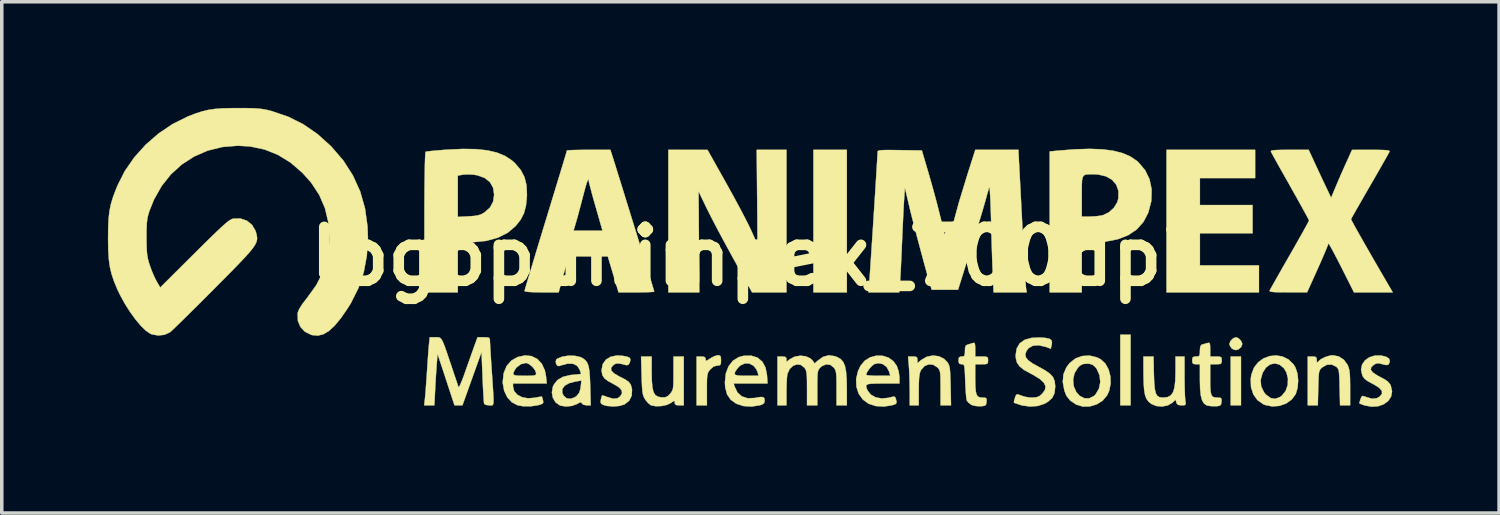
<source format=kicad_pcb>
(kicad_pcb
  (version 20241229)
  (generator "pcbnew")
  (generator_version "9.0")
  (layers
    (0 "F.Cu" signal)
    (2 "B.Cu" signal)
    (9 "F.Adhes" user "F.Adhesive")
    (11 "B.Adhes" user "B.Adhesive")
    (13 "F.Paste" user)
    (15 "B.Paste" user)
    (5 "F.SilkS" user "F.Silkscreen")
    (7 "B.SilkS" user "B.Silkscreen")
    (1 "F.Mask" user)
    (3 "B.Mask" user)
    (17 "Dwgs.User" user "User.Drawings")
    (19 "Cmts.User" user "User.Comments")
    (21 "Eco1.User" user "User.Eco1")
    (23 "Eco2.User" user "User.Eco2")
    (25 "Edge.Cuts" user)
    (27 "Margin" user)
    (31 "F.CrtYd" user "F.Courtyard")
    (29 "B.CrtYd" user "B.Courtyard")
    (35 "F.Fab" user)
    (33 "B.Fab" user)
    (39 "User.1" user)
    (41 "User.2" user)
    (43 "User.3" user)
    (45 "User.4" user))
  (footprint "logopanimpex_700dpi"
    (layer "F.Cu")
    (at 18.125 4.196)
    (property "Reference" "logopanimpex_700dpi" (at 0 0 0) (layer "F.SilkS") (effects (font (size 1.524 1.524) (thickness 0.3))))
    (attr through_hole)
    (fp_poly (pts (xy 2.758 1.016) (xy 1.814 1.016) (xy 1.814 -3.012) (xy 2.758 -3.012) (xy 2.758 1.016)) (stroke (width 0.01) (type solid)) (fill yes) (layer "F.SilkS"))
    (fp_poly (pts (xy 10.777 4.209) (xy 10.487 4.209) (xy 10.487 2.213) (xy 10.777 2.213) (xy 10.777 4.209)) (stroke (width 0.01) (type solid)) (fill yes) (layer "F.SilkS"))
    (fp_poly (pts (xy 13.897 4.209) (xy 13.607 4.209) (xy 13.607 2.83) (xy 13.897 2.83) (xy 13.897 4.209)) (stroke (width 0.01) (type solid)) (fill yes) (layer "F.SilkS"))
    (fp_poly (pts (xy 14.297 -2.213) (xy 12.736 -2.213) (xy 12.736 -1.451) (xy 14.224 -1.451) (xy 14.224 -0.653) (xy 12.736 -0.653) (xy 12.736 0.254) (xy 14.405 0.254) (xy 14.405 1.016) (xy 11.793 1.016) (xy 11.793 -3.012) (xy 14.297 -3.012) (xy 14.297 -2.213)) (stroke (width 0.01) (type solid)) (fill yes) (layer "F.SilkS"))
    (fp_poly (pts (xy 13.831 2.316) (xy 13.898 2.385) (xy 13.933 2.466) (xy 13.934 2.477) (xy 13.903 2.56) (xy 13.829 2.626) (xy 13.752 2.649) (xy 13.672 2.624) (xy 13.628 2.592) (xy 13.581 2.518) (xy 13.571 2.47) (xy 13.601 2.391) (xy 13.671 2.32) (xy 13.753 2.286) (xy 13.759 2.286) (xy 13.831 2.316)) (stroke (width 0.01) (type solid)) (fill yes) (layer "F.SilkS"))
    (fp_poly (pts (xy -0.829 2.803) (xy -0.804 2.843) (xy -0.798 2.934) (xy -0.798 2.939) (xy -0.803 3.032) (xy -0.826 3.074) (xy -0.883 3.084) (xy -0.904 3.084) (xy -1.012 3.114) (xy -1.103 3.196) (xy -1.143 3.246) (xy -1.169 3.297) (xy -1.185 3.362) (xy -1.194 3.458) (xy -1.197 3.6) (xy -1.197 3.758) (xy -1.197 4.209) (xy -1.488 4.209) (xy -1.488 2.83) (xy -1.361 2.83) (xy -1.273 2.839) (xy -1.238 2.87) (xy -1.234 2.902) (xy -1.229 2.943) (xy -1.205 2.948) (xy -1.146 2.913) (xy -1.102 2.884) (xy -1 2.827) (xy -0.906 2.796) (xy -0.884 2.794) (xy -0.829 2.803)) (stroke (width 0.01) (type solid)) (fill yes) (layer "F.SilkS"))
    (fp_poly (pts (xy 1.052 1.016) (xy 0.079 1.016) (xy -0.453 0.054) (xy -0.6 -0.215) (xy -0.749 -0.489) (xy -0.891 -0.755) (xy -1.019 -0.999) (xy -1.126 -1.208) (xy -1.206 -1.367) (xy -1.209 -1.374) (xy -1.433 -1.84) (xy -1.411 1.016) (xy -2.286 1.016) (xy -2.286 -3.012) (xy -1.733 -3.011) (xy -1.179 -3.01) (xy -0.645 -2.058) (xy -0.5 -1.797) (xy -0.357 -1.535) (xy -0.224 -1.286) (xy -0.107 -1.061) (xy -0.012 -0.874) (xy 0.054 -0.736) (xy 0.058 -0.726) (xy 0.126 -0.575) (xy 0.181 -0.451) (xy 0.218 -0.368) (xy 0.232 -0.339) (xy 0.233 -0.372) (xy 0.232 -0.47) (xy 0.232 -0.625) (xy 0.23 -0.829) (xy 0.229 -1.073) (xy 0.226 -1.35) (xy 0.224 -1.652) (xy 0.223 -1.672) (xy 0.211 -3.012) (xy 1.052 -3.012) (xy 1.052 1.016)) (stroke (width 0.01) (type solid)) (fill yes) (layer "F.SilkS"))
    (fp_poly (pts (xy 11.436 3.335) (xy 11.445 3.571) (xy 11.461 3.744) (xy 11.488 3.863) (xy 11.529 3.938) (xy 11.588 3.977) (xy 11.669 3.991) (xy 11.692 3.991) (xy 11.817 3.978) (xy 11.91 3.931) (xy 11.976 3.843) (xy 12.018 3.707) (xy 12.04 3.515) (xy 12.047 3.268) (xy 12.047 2.83) (xy 12.301 2.83) (xy 12.301 3.384) (xy 12.303 3.589) (xy 12.307 3.779) (xy 12.313 3.937) (xy 12.321 4.046) (xy 12.324 4.073) (xy 12.335 4.162) (xy 12.318 4.2) (xy 12.256 4.209) (xy 12.219 4.209) (xy 12.126 4.199) (xy 12.081 4.159) (xy 12.071 4.129) (xy 12.05 4.049) (xy 11.958 4.135) (xy 11.83 4.211) (xy 11.669 4.242) (xy 11.504 4.228) (xy 11.36 4.167) (xy 11.283 4.103) (xy 11.225 4.023) (xy 11.186 3.918) (xy 11.161 3.775) (xy 11.147 3.582) (xy 11.142 3.329) (xy 11.14 2.83) (xy 11.425 2.83) (xy 11.436 3.335)) (stroke (width 0.01) (type solid)) (fill yes) (layer "F.SilkS"))
    (fp_poly (pts (xy 16.662 2.828) (xy 16.807 2.924) (xy 16.908 3.063) (xy 16.938 3.136) (xy 16.959 3.217) (xy 16.973 3.319) (xy 16.979 3.46) (xy 16.982 3.653) (xy 16.982 3.713) (xy 16.982 4.209) (xy 16.697 4.209) (xy 16.685 3.698) (xy 16.68 3.495) (xy 16.673 3.352) (xy 16.664 3.256) (xy 16.649 3.194) (xy 16.626 3.154) (xy 16.594 3.122) (xy 16.588 3.117) (xy 16.461 3.057) (xy 16.324 3.063) (xy 16.195 3.135) (xy 16.154 3.173) (xy 16.125 3.211) (xy 16.107 3.264) (xy 16.095 3.345) (xy 16.088 3.467) (xy 16.083 3.644) (xy 16.081 3.716) (xy 16.069 4.209) (xy 15.784 4.209) (xy 15.784 2.83) (xy 15.911 2.83) (xy 15.997 2.837) (xy 16.032 2.867) (xy 16.038 2.928) (xy 16.042 2.992) (xy 16.061 2.993) (xy 16.084 2.965) (xy 16.16 2.903) (xy 16.278 2.845) (xy 16.407 2.805) (xy 16.494 2.794) (xy 16.662 2.828)) (stroke (width 0.01) (type solid)) (fill yes) (layer "F.SilkS"))
    (fp_poly (pts (xy -2.758 3.275) (xy -2.753 3.521) (xy -2.737 3.704) (xy -2.706 3.833) (xy -2.656 3.917) (xy -2.584 3.964) (xy -2.487 3.984) (xy -2.481 3.984) (xy -2.375 3.983) (xy -2.302 3.949) (xy -2.236 3.882) (xy -2.197 3.832) (xy -2.17 3.783) (xy -2.154 3.719) (xy -2.145 3.627) (xy -2.142 3.491) (xy -2.141 3.299) (xy -2.141 2.83) (xy -1.851 2.83) (xy -1.851 4.209) (xy -1.978 4.209) (xy -2.065 4.201) (xy -2.1 4.17) (xy -2.105 4.135) (xy -2.108 4.09) (xy -2.129 4.085) (xy -2.187 4.122) (xy -2.212 4.141) (xy -2.329 4.197) (xy -2.48 4.229) (xy -2.636 4.235) (xy -2.764 4.212) (xy -2.786 4.203) (xy -2.858 4.145) (xy -2.933 4.055) (xy -2.947 4.033) (xy -2.979 3.974) (xy -3.002 3.908) (xy -3.018 3.821) (xy -3.029 3.698) (xy -3.037 3.526) (xy -3.042 3.367) (xy -3.057 2.83) (xy -2.758 2.83) (xy -2.758 3.275)) (stroke (width 0.01) (type solid)) (fill yes) (layer "F.SilkS"))
    (fp_poly (pts (xy 5.358 2.823) (xy 5.507 2.895) (xy 5.595 2.985) (xy 5.628 3.036) (xy 5.651 3.091) (xy 5.667 3.164) (xy 5.677 3.268) (xy 5.684 3.416) (xy 5.69 3.622) (xy 5.69 3.656) (xy 5.702 4.209) (xy 5.407 4.209) (xy 5.407 3.718) (xy 5.406 3.519) (xy 5.403 3.38) (xy 5.395 3.286) (xy 5.38 3.224) (xy 5.357 3.181) (xy 5.322 3.142) (xy 5.318 3.137) (xy 5.199 3.062) (xy 5.071 3.051) (xy 4.95 3.102) (xy 4.854 3.212) (xy 4.845 3.229) (xy 4.818 3.307) (xy 4.801 3.425) (xy 4.792 3.596) (xy 4.79 3.772) (xy 4.79 4.209) (xy 4.536 4.209) (xy 4.536 3.797) (xy 4.533 3.595) (xy 4.527 3.385) (xy 4.519 3.198) (xy 4.512 3.108) (xy 4.489 2.83) (xy 4.621 2.83) (xy 4.709 2.836) (xy 4.746 2.864) (xy 4.753 2.924) (xy 4.753 3.018) (xy 4.863 2.926) (xy 5.018 2.836) (xy 5.189 2.802) (xy 5.358 2.823)) (stroke (width 0.01) (type solid)) (fill yes) (layer "F.SilkS"))
    (fp_poly (pts (xy 15.074 2.831) (xy 15.24 2.913) (xy 15.38 3.048) (xy 15.436 3.139) (xy 15.492 3.306) (xy 15.513 3.506) (xy 15.498 3.709) (xy 15.447 3.883) (xy 15.442 3.895) (xy 15.329 4.047) (xy 15.17 4.159) (xy 14.981 4.225) (xy 14.778 4.24) (xy 14.579 4.199) (xy 14.529 4.178) (xy 14.364 4.063) (xy 14.247 3.9) (xy 14.181 3.699) (xy 14.173 3.489) (xy 14.453 3.489) (xy 14.468 3.676) (xy 14.55 3.844) (xy 14.605 3.908) (xy 14.735 4.003) (xy 14.866 4.026) (xy 14.998 3.976) (xy 15.055 3.934) (xy 15.16 3.802) (xy 15.218 3.634) (xy 15.225 3.453) (xy 15.182 3.279) (xy 15.109 3.158) (xy 14.986 3.058) (xy 14.853 3.024) (xy 14.72 3.054) (xy 14.601 3.144) (xy 14.508 3.291) (xy 14.453 3.489) (xy 14.173 3.489) (xy 14.172 3.47) (xy 14.191 3.342) (xy 14.263 3.147) (xy 14.381 2.994) (xy 14.534 2.883) (xy 14.708 2.818) (xy 14.892 2.799) (xy 15.074 2.831)) (stroke (width 0.01) (type solid)) (fill yes) (layer "F.SilkS"))
    (fp_poly (pts (xy 9.823 2.853) (xy 9.933 2.908) (xy 10.064 3.029) (xy 10.156 3.196) (xy 10.207 3.392) (xy 10.213 3.6) (xy 10.171 3.802) (xy 10.114 3.927) (xy 9.988 4.076) (xy 9.819 4.182) (xy 9.627 4.24) (xy 9.429 4.245) (xy 9.245 4.19) (xy 9.235 4.185) (xy 9.074 4.077) (xy 8.967 3.944) (xy 8.907 3.796) (xy 8.861 3.549) (xy 8.867 3.482) (xy 9.153 3.482) (xy 9.169 3.664) (xy 9.24 3.83) (xy 9.335 3.939) (xy 9.467 4.009) (xy 9.607 4.012) (xy 9.737 3.949) (xy 9.787 3.901) (xy 9.883 3.738) (xy 9.921 3.552) (xy 9.901 3.361) (xy 9.823 3.185) (xy 9.782 3.131) (xy 9.703 3.062) (xy 9.608 3.034) (xy 9.543 3.032) (xy 9.428 3.043) (xy 9.344 3.09) (xy 9.288 3.146) (xy 9.192 3.303) (xy 9.153 3.482) (xy 8.867 3.482) (xy 8.88 3.331) (xy 8.964 3.134) (xy 9.056 3.014) (xy 9.217 2.886) (xy 9.409 2.816) (xy 9.617 2.804) (xy 9.823 2.853)) (stroke (width 0.01) (type solid)) (fill yes) (layer "F.SilkS"))
    (fp_poly (pts (xy 0.235 2.862) (xy 0.371 2.977) (xy 0.461 3.145) (xy 0.502 3.361) (xy 0.516 3.592) (xy -0.44 3.592) (xy -0.416 3.674) (xy -0.334 3.844) (xy -0.21 3.957) (xy -0.045 4.01) (xy 0.156 4.002) (xy 0.177 3.997) (xy 0.311 3.974) (xy 0.389 3.977) (xy 0.426 4.01) (xy 0.435 4.078) (xy 0.435 4.083) (xy 0.42 4.146) (xy 0.362 4.187) (xy 0.299 4.207) (xy 0.065 4.244) (xy -0.165 4.229) (xy -0.364 4.164) (xy -0.523 4.052) (xy -0.626 3.901) (xy -0.679 3.704) (xy -0.688 3.556) (xy -0.661 3.309) (xy -0.661 3.307) (xy -0.417 3.307) (xy -0.396 3.347) (xy -0.318 3.367) (xy -0.178 3.374) (xy -0.083 3.375) (xy 0.262 3.375) (xy 0.238 3.275) (xy 0.195 3.181) (xy 0.121 3.091) (xy 0.119 3.09) (xy 0.000343 3.027) (xy -0.131 3.027) (xy -0.256 3.086) (xy -0.315 3.144) (xy -0.388 3.242) (xy -0.417 3.307) (xy -0.661 3.307) (xy -0.584 3.105) (xy -0.461 2.948) (xy -0.296 2.846) (xy -0.16 2.81) (xy 0.057 2.806) (xy 0.235 2.862)) (stroke (width 0.01) (type solid)) (fill yes) (layer "F.SilkS"))
    (fp_poly (pts (xy 9.98 -3.026) (xy 10.288 -2.986) (xy 10.55 -2.919) (xy 10.77 -2.824) (xy 10.953 -2.7) (xy 11 -2.658) (xy 11.189 -2.435) (xy 11.313 -2.179) (xy 11.372 -1.895) (xy 11.364 -1.588) (xy 11.358 -1.543) (xy 11.277 -1.235) (xy 11.142 -0.976) (xy 10.953 -0.763) (xy 10.71 -0.599) (xy 10.413 -0.484) (xy 10.065 -0.417) (xy 9.734 -0.4) (xy 9.398 -0.399) (xy 9.398 1.016) (xy 8.491 1.016) (xy 8.491 -1.831) (xy 9.398 -1.831) (xy 9.398 -1.701) (xy 9.398 -1.125) (xy 9.625 -1.125) (xy 9.775 -1.132) (xy 9.919 -1.149) (xy 9.996 -1.165) (xy 10.164 -1.245) (xy 10.305 -1.373) (xy 10.402 -1.532) (xy 10.432 -1.641) (xy 10.434 -1.85) (xy 10.372 -2.026) (xy 10.254 -2.165) (xy 10.082 -2.263) (xy 9.861 -2.314) (xy 9.725 -2.322) (xy 9.606 -2.321) (xy 9.52 -2.315) (xy 9.462 -2.292) (xy 9.426 -2.242) (xy 9.406 -2.155) (xy 9.399 -2.022) (xy 9.398 -1.831) (xy 8.491 -1.831) (xy 8.491 -2.965) (xy 8.718 -2.988) (xy 9.2 -3.026) (xy 9.619 -3.039) (xy 9.98 -3.026)) (stroke (width 0.01) (type solid)) (fill yes) (layer "F.SilkS"))
    (fp_poly (pts (xy 13.016 2.46) (xy 13.025 2.523) (xy 13.027 2.628) (xy 13.027 2.83) (xy 13.19 2.83) (xy 13.29 2.833) (xy 13.338 2.852) (xy 13.352 2.898) (xy 13.353 2.939) (xy 13.348 3.006) (xy 13.321 3.038) (xy 13.251 3.047) (xy 13.19 3.048) (xy 13.027 3.048) (xy 13.027 3.476) (xy 13.029 3.679) (xy 13.038 3.821) (xy 13.059 3.912) (xy 13.096 3.964) (xy 13.154 3.986) (xy 13.236 3.991) (xy 13.318 3.997) (xy 13.348 4.028) (xy 13.347 4.107) (xy 13.346 4.109) (xy 13.334 4.182) (xy 13.302 4.218) (xy 13.23 4.232) (xy 13.172 4.235) (xy 13.051 4.232) (xy 12.948 4.216) (xy 12.925 4.208) (xy 12.851 4.157) (xy 12.798 4.067) (xy 12.762 3.93) (xy 12.742 3.738) (xy 12.736 3.485) (xy 12.736 3.048) (xy 12.627 3.048) (xy 12.55 3.039) (xy 12.522 2.997) (xy 12.519 2.939) (xy 12.528 2.862) (xy 12.57 2.834) (xy 12.627 2.83) (xy 12.695 2.825) (xy 12.726 2.798) (xy 12.736 2.727) (xy 12.736 2.669) (xy 12.744 2.56) (xy 12.772 2.505) (xy 12.8 2.491) (xy 12.887 2.466) (xy 12.945 2.45) (xy 12.991 2.441) (xy 13.016 2.46)) (stroke (width 0.01) (type solid)) (fill yes) (layer "F.SilkS"))
    (fp_poly (pts (xy 17.992 2.834) (xy 18.083 2.89) (xy 18.105 2.968) (xy 18.075 3.042) (xy 18.041 3.069) (xy 17.98 3.068) (xy 17.896 3.046) (xy 17.792 3.021) (xy 17.72 3.027) (xy 17.652 3.063) (xy 17.577 3.133) (xy 17.567 3.205) (xy 17.624 3.281) (xy 17.75 3.365) (xy 17.829 3.407) (xy 17.969 3.482) (xy 18.057 3.547) (xy 18.112 3.616) (xy 18.132 3.658) (xy 18.167 3.818) (xy 18.139 3.963) (xy 18.059 4.085) (xy 17.935 4.177) (xy 17.777 4.234) (xy 17.594 4.248) (xy 17.396 4.212) (xy 17.363 4.201) (xy 17.285 4.173) (xy 17.245 4.156) (xy 17.245 4.156) (xy 17.249 4.12) (xy 17.272 4.045) (xy 17.274 4.037) (xy 17.304 3.964) (xy 17.339 3.943) (xy 17.406 3.964) (xy 17.437 3.976) (xy 17.602 4.023) (xy 17.736 4.009) (xy 17.818 3.961) (xy 17.882 3.882) (xy 17.879 3.8) (xy 17.805 3.715) (xy 17.662 3.623) (xy 17.616 3.6) (xy 17.478 3.525) (xy 17.391 3.459) (xy 17.338 3.386) (xy 17.324 3.355) (xy 17.291 3.199) (xy 17.32 3.058) (xy 17.401 2.94) (xy 17.524 2.852) (xy 17.679 2.804) (xy 17.855 2.801) (xy 17.992 2.834)) (stroke (width 0.01) (type solid)) (fill yes) (layer "F.SilkS"))
    (fp_poly (pts (xy -3.587 2.809) (xy -3.452 2.834) (xy -3.378 2.867) (xy -3.356 2.915) (xy -3.373 2.989) (xy -3.374 2.992) (xy -3.413 3.062) (xy -3.467 3.075) (xy -3.493 3.069) (xy -3.632 3.034) (xy -3.724 3.024) (xy -3.79 3.039) (xy -3.843 3.074) (xy -3.905 3.149) (xy -3.9 3.224) (xy -3.828 3.302) (xy -3.686 3.386) (xy -3.654 3.402) (xy -3.503 3.48) (xy -3.406 3.548) (xy -3.35 3.623) (xy -3.321 3.717) (xy -3.313 3.766) (xy -3.322 3.937) (xy -3.394 4.079) (xy -3.523 4.181) (xy -3.533 4.186) (xy -3.677 4.228) (xy -3.853 4.241) (xy -4.027 4.225) (xy -4.113 4.202) (xy -4.184 4.166) (xy -4.203 4.113) (xy -4.194 4.053) (xy -4.175 3.972) (xy -4.16 3.93) (xy -4.16 3.93) (xy -4.122 3.935) (xy -4.043 3.962) (xy -4.016 3.973) (xy -3.854 4.021) (xy -3.73 4.013) (xy -3.649 3.958) (xy -3.596 3.868) (xy -3.606 3.783) (xy -3.684 3.699) (xy -3.831 3.61) (xy -3.839 3.606) (xy -3.996 3.52) (xy -4.095 3.443) (xy -4.149 3.359) (xy -4.17 3.255) (xy -4.172 3.207) (xy -4.141 3.046) (xy -4.054 2.921) (xy -3.917 2.837) (xy -3.742 2.801) (xy -3.587 2.809)) (stroke (width 0.01) (type solid)) (fill yes) (layer "F.SilkS"))
    (fp_poly (pts (xy -6.152 2.818) (xy -5.99 2.899) (xy -5.862 3.036) (xy -5.776 3.225) (xy -5.744 3.391) (xy -5.723 3.592) (xy -6.677 3.592) (xy -6.677 3.678) (xy -6.644 3.808) (xy -6.554 3.911) (xy -6.419 3.981) (xy -6.251 4.011) (xy -6.063 3.996) (xy -6.06 3.995) (xy -5.952 3.974) (xy -5.879 3.963) (xy -5.86 3.963) (xy -5.847 4.002) (xy -5.829 4.069) (xy -5.821 4.129) (xy -5.846 4.165) (xy -5.918 4.192) (xy -5.967 4.205) (xy -6.174 4.237) (xy -6.384 4.236) (xy -6.546 4.208) (xy -6.709 4.123) (xy -6.838 3.983) (xy -6.926 3.799) (xy -6.965 3.586) (xy -6.966 3.538) (xy -6.942 3.326) (xy -6.669 3.326) (xy -6.635 3.357) (xy -6.549 3.371) (xy -6.402 3.374) (xy -6.35 3.375) (xy -6.195 3.373) (xy -6.099 3.368) (xy -6.047 3.355) (xy -6.027 3.331) (xy -6.023 3.299) (xy -6.052 3.218) (xy -6.122 3.128) (xy -6.211 3.051) (xy -6.295 3.013) (xy -6.309 3.012) (xy -6.454 3.046) (xy -6.576 3.138) (xy -6.616 3.193) (xy -6.66 3.274) (xy -6.669 3.326) (xy -6.942 3.326) (xy -6.938 3.295) (xy -6.855 3.095) (xy -6.72 2.943) (xy -6.549 2.846) (xy -6.34 2.799) (xy -6.152 2.818)) (stroke (width 0.01) (type solid)) (fill yes) (layer "F.SilkS"))
    (fp_poly (pts (xy 3.766 2.809) (xy 3.934 2.861) (xy 4.076 2.963) (xy 4.171 3.098) (xy 4.223 3.251) (xy 4.245 3.412) (xy 4.245 3.422) (xy 4.245 3.592) (xy 3.774 3.592) (xy 3.571 3.593) (xy 3.432 3.599) (xy 3.347 3.613) (xy 3.307 3.641) (xy 3.304 3.686) (xy 3.327 3.752) (xy 3.344 3.79) (xy 3.435 3.907) (xy 3.574 3.985) (xy 3.746 4.016) (xy 3.935 3.997) (xy 3.953 3.992) (xy 4.055 3.966) (xy 4.109 3.965) (xy 4.135 3.999) (xy 4.155 4.071) (xy 4.164 4.135) (xy 4.137 4.172) (xy 4.057 4.201) (xy 4.04 4.206) (xy 3.803 4.244) (xy 3.573 4.229) (xy 3.373 4.164) (xy 3.207 4.042) (xy 3.091 3.878) (xy 3.029 3.683) (xy 3.021 3.468) (xy 3.049 3.347) (xy 3.302 3.347) (xy 3.336 3.359) (xy 3.426 3.368) (xy 3.557 3.374) (xy 3.644 3.375) (xy 3.986 3.375) (xy 3.953 3.257) (xy 3.885 3.128) (xy 3.777 3.045) (xy 3.648 3.017) (xy 3.535 3.043) (xy 3.467 3.094) (xy 3.392 3.179) (xy 3.331 3.27) (xy 3.302 3.343) (xy 3.302 3.347) (xy 3.049 3.347) (xy 3.072 3.247) (xy 3.142 3.097) (xy 3.262 2.95) (xy 3.416 2.853) (xy 3.589 2.806) (xy 3.766 2.809)) (stroke (width 0.01) (type solid)) (fill yes) (layer "F.SilkS"))
    (fp_poly (pts (xy -7.718 -3.031) (xy -7.398 -2.996) (xy -7.128 -2.933) (xy -6.901 -2.839) (xy -6.71 -2.714) (xy -6.62 -2.633) (xy -6.459 -2.443) (xy -6.353 -2.243) (xy -6.296 -2.016) (xy -6.283 -1.747) (xy -6.285 -1.687) (xy -6.311 -1.43) (xy -6.366 -1.221) (xy -6.46 -1.038) (xy -6.601 -0.86) (xy -6.606 -0.855) (xy -6.828 -0.667) (xy -7.102 -0.529) (xy -7.428 -0.44) (xy -7.802 -0.401) (xy -7.912 -0.399) (xy -8.237 -0.399) (xy -8.237 1.016) (xy -9.18 1.016) (xy -9.18 -0.959) (xy -9.18 -1.373) (xy -9.178 -1.749) (xy -9.175 -2.084) (xy -9.172 -2.283) (xy -8.237 -2.283) (xy -8.237 -1.116) (xy -7.931 -1.132) (xy -7.765 -1.144) (xy -7.648 -1.165) (xy -7.555 -1.2) (xy -7.479 -1.245) (xy -7.326 -1.382) (xy -7.238 -1.55) (xy -7.21 -1.742) (xy -7.238 -1.938) (xy -7.327 -2.097) (xy -7.474 -2.215) (xy -7.676 -2.29) (xy -7.793 -2.31) (xy -7.932 -2.318) (xy -8.064 -2.313) (xy -8.107 -2.307) (xy -8.237 -2.283) (xy -9.172 -2.283) (xy -9.171 -2.372) (xy -9.167 -2.607) (xy -9.161 -2.787) (xy -9.155 -2.904) (xy -9.148 -2.954) (xy -9.147 -2.956) (xy -9.101 -2.965) (xy -8.995 -2.978) (xy -8.844 -2.992) (xy -8.658 -3.008) (xy -8.529 -3.017) (xy -8.092 -3.037) (xy -7.718 -3.031)) (stroke (width 0.01) (type solid)) (fill yes) (layer "F.SilkS"))
    (fp_poly (pts (xy 6.379 2.48) (xy 6.386 2.568) (xy 6.386 2.627) (xy 6.386 2.83) (xy 6.568 2.83) (xy 6.675 2.833) (xy 6.729 2.847) (xy 6.747 2.885) (xy 6.749 2.939) (xy 6.745 3.004) (xy 6.721 3.036) (xy 6.657 3.047) (xy 6.568 3.048) (xy 6.386 3.048) (xy 6.386 3.45) (xy 6.389 3.66) (xy 6.401 3.809) (xy 6.424 3.906) (xy 6.464 3.962) (xy 6.524 3.987) (xy 6.589 3.991) (xy 6.674 3.996) (xy 6.707 4.025) (xy 6.707 4.097) (xy 6.706 4.109) (xy 6.694 4.182) (xy 6.662 4.218) (xy 6.589 4.232) (xy 6.531 4.236) (xy 6.405 4.229) (xy 6.294 4.202) (xy 6.273 4.192) (xy 6.194 4.132) (xy 6.149 4.074) (xy 6.138 4.015) (xy 6.125 3.899) (xy 6.114 3.742) (xy 6.106 3.56) (xy 6.104 3.529) (xy 6.097 3.334) (xy 6.09 3.201) (xy 6.08 3.117) (xy 6.066 3.072) (xy 6.044 3.052) (xy 6.012 3.048) (xy 6.001 3.048) (xy 5.939 3.035) (xy 5.916 2.983) (xy 5.915 2.939) (xy 5.924 2.861) (xy 5.966 2.833) (xy 6.005 2.83) (xy 6.062 2.823) (xy 6.088 2.789) (xy 6.096 2.708) (xy 6.096 2.671) (xy 6.101 2.569) (xy 6.125 2.516) (xy 6.178 2.491) (xy 6.183 2.49) (xy 6.276 2.463) (xy 6.328 2.446) (xy 6.362 2.444) (xy 6.379 2.48)) (stroke (width 0.01) (type solid)) (fill yes) (layer "F.SilkS"))
    (fp_poly (pts (xy 8.378 2.305) (xy 8.486 2.329) (xy 8.542 2.371) (xy 8.555 2.438) (xy 8.547 2.498) (xy 8.522 2.608) (xy 8.375 2.556) (xy 8.18 2.511) (xy 8.017 2.524) (xy 7.894 2.594) (xy 7.835 2.672) (xy 7.802 2.766) (xy 7.817 2.852) (xy 7.884 2.936) (xy 8.01 3.027) (xy 8.177 3.119) (xy 8.369 3.225) (xy 8.502 3.32) (xy 8.586 3.415) (xy 8.631 3.523) (xy 8.646 3.656) (xy 8.646 3.689) (xy 8.627 3.866) (xy 8.562 4.001) (xy 8.44 4.109) (xy 8.345 4.164) (xy 8.154 4.227) (xy 7.934 4.243) (xy 7.714 4.213) (xy 7.638 4.19) (xy 7.547 4.158) (xy 7.49 4.139) (xy 7.483 4.137) (xy 7.481 4.107) (xy 7.496 4.04) (xy 7.52 3.965) (xy 7.544 3.912) (xy 7.548 3.907) (xy 7.595 3.901) (xy 7.675 3.928) (xy 7.687 3.934) (xy 7.791 3.968) (xy 7.925 3.989) (xy 7.984 3.991) (xy 8.108 3.984) (xy 8.192 3.955) (xy 8.271 3.89) (xy 8.276 3.885) (xy 8.356 3.777) (xy 8.374 3.673) (xy 8.326 3.57) (xy 8.212 3.464) (xy 8.028 3.351) (xy 7.948 3.309) (xy 7.762 3.206) (xy 7.638 3.106) (xy 7.564 2.998) (xy 7.533 2.868) (xy 7.529 2.794) (xy 7.558 2.604) (xy 7.643 2.458) (xy 7.785 2.357) (xy 7.982 2.303) (xy 8.208 2.293) (xy 8.378 2.305)) (stroke (width 0.01) (type solid)) (fill yes) (layer "F.SilkS"))
    (fp_poly (pts (xy -4.931 2.81) (xy -4.77 2.846) (xy -4.7 2.881) (xy -4.631 2.935) (xy -4.58 3.002) (xy -4.544 3.093) (xy -4.52 3.22) (xy -4.505 3.395) (xy -4.495 3.628) (xy -4.494 3.674) (xy -4.48 4.209) (xy -4.595 4.209) (xy -4.688 4.192) (xy -4.73 4.155) (xy -4.753 4.124) (xy -4.797 4.132) (xy -4.87 4.173) (xy -5.013 4.226) (xy -5.181 4.242) (xy -5.335 4.218) (xy -5.352 4.211) (xy -5.473 4.126) (xy -5.55 3.997) (xy -5.576 3.856) (xy -5.285 3.856) (xy -5.248 3.934) (xy -5.161 4.01) (xy -5.049 4.025) (xy -4.927 3.981) (xy -4.879 3.945) (xy -4.808 3.858) (xy -4.77 3.738) (xy -4.763 3.685) (xy -4.743 3.509) (xy -4.901 3.534) (xy -5.088 3.582) (xy -5.217 3.655) (xy -5.284 3.748) (xy -5.285 3.856) (xy -5.576 3.856) (xy -5.578 3.844) (xy -5.55 3.684) (xy -5.526 3.63) (xy -5.421 3.495) (xy -5.266 3.404) (xy -5.056 3.354) (xy -4.988 3.347) (xy -4.868 3.336) (xy -4.784 3.327) (xy -4.753 3.321) (xy -4.764 3.285) (xy -4.79 3.209) (xy -4.792 3.202) (xy -4.864 3.091) (xy -4.981 3.034) (xy -5.14 3.032) (xy -5.335 3.084) (xy -5.375 3.1) (xy -5.424 3.091) (xy -5.458 3.038) (xy -5.469 2.967) (xy -5.448 2.908) (xy -5.436 2.897) (xy -5.291 2.836) (xy -5.114 2.806) (xy -4.931 2.81)) (stroke (width 0.01) (type solid)) (fill yes) (layer "F.SilkS"))
    (fp_poly (pts (xy 2.411 2.819) (xy 2.488 2.847) (xy 2.583 2.901) (xy 2.654 2.981) (xy 2.704 3.094) (xy 2.735 3.252) (xy 2.752 3.463) (xy 2.757 3.71) (xy 2.758 4.209) (xy 2.467 4.209) (xy 2.467 3.724) (xy 2.466 3.524) (xy 2.462 3.382) (xy 2.453 3.285) (xy 2.436 3.219) (xy 2.411 3.17) (xy 2.392 3.144) (xy 2.291 3.065) (xy 2.172 3.051) (xy 2.053 3.102) (xy 2.012 3.137) (xy 1.976 3.176) (xy 1.952 3.219) (xy 1.936 3.278) (xy 1.928 3.367) (xy 1.924 3.501) (xy 1.923 3.692) (xy 1.923 3.718) (xy 1.923 4.209) (xy 1.633 4.209) (xy 1.633 3.724) (xy 1.632 3.524) (xy 1.628 3.382) (xy 1.618 3.285) (xy 1.602 3.219) (xy 1.577 3.17) (xy 1.558 3.144) (xy 1.461 3.068) (xy 1.35 3.052) (xy 1.24 3.091) (xy 1.146 3.178) (xy 1.084 3.307) (xy 1.075 3.343) (xy 1.065 3.428) (xy 1.058 3.562) (xy 1.053 3.727) (xy 1.052 3.833) (xy 1.052 4.209) (xy 0.798 4.209) (xy 0.798 2.83) (xy 0.925 2.83) (xy 1.012 2.838) (xy 1.048 2.869) (xy 1.052 2.905) (xy 1.052 2.981) (xy 1.147 2.906) (xy 1.285 2.834) (xy 1.443 2.807) (xy 1.599 2.824) (xy 1.73 2.884) (xy 1.795 2.949) (xy 1.849 3.026) (xy 1.931 2.951) (xy 2.087 2.839) (xy 2.243 2.796) (xy 2.411 2.819)) (stroke (width 0.01) (type solid)) (fill yes) (layer "F.SilkS"))
    (fp_poly (pts (xy -8.768 2.29) (xy -8.73 2.307) (xy -8.696 2.346) (xy -8.659 2.414) (xy -8.616 2.519) (xy -8.562 2.669) (xy -8.493 2.874) (xy -8.422 3.084) (xy -8.358 3.277) (xy -8.3 3.448) (xy -8.254 3.584) (xy -8.225 3.672) (xy -8.216 3.698) (xy -8.198 3.685) (xy -8.163 3.615) (xy -8.114 3.497) (xy -8.056 3.343) (xy -8.041 3.299) (xy -7.97 3.097) (xy -7.896 2.889) (xy -7.829 2.7) (xy -7.781 2.567) (xy -7.679 2.286) (xy -7.504 2.286) (xy -7.399 2.289) (xy -7.348 2.305) (xy -7.331 2.345) (xy -7.329 2.386) (xy -7.326 2.451) (xy -7.319 2.576) (xy -7.309 2.749) (xy -7.296 2.958) (xy -7.28 3.189) (xy -7.275 3.266) (xy -7.256 3.553) (xy -7.241 3.775) (xy -7.231 3.941) (xy -7.227 4.059) (xy -7.229 4.137) (xy -7.239 4.183) (xy -7.257 4.205) (xy -7.283 4.212) (xy -7.318 4.21) (xy -7.349 4.209) (xy -7.438 4.198) (xy -7.49 4.169) (xy -7.493 4.164) (xy -7.499 4.115) (xy -7.507 4.005) (xy -7.517 3.847) (xy -7.527 3.652) (xy -7.536 3.433) (xy -7.537 3.411) (xy -7.566 2.703) (xy -7.836 3.456) (xy -8.106 4.209) (xy -8.33 4.209) (xy -8.569 3.482) (xy -8.809 2.755) (xy -8.831 3.019) (xy -8.841 3.164) (xy -8.854 3.355) (xy -8.866 3.565) (xy -8.876 3.747) (xy -8.9 4.209) (xy -9.187 4.209) (xy -9.167 4.037) (xy -9.157 3.941) (xy -9.145 3.79) (xy -9.131 3.6) (xy -9.116 3.389) (xy -9.108 3.266) (xy -9.094 3.048) (xy -9.079 2.84) (xy -9.066 2.66) (xy -9.055 2.525) (xy -9.05 2.477) (xy -9.03 2.286) (xy -8.87 2.286) (xy -8.813 2.286) (xy -8.768 2.29)) (stroke (width 0.01) (type solid)) (fill yes) (layer "F.SilkS"))
    (fp_poly (pts (xy -3.869 -2.839) (xy -3.836 -2.734) (xy -3.786 -2.576) (xy -3.723 -2.372) (xy -3.647 -2.131) (xy -3.563 -1.859) (xy -3.472 -1.564) (xy -3.376 -1.254) (xy -3.278 -0.937) (xy -3.18 -0.62) (xy -3.084 -0.311) (xy -2.994 -0.017) (xy -2.911 0.254) (xy -2.837 0.494) (xy -2.775 0.695) (xy -2.728 0.851) (xy -2.697 0.954) (xy -2.685 0.995) (xy -2.685 0.995) (xy -2.719 1.003) (xy -2.813 1.009) (xy -2.953 1.014) (xy -3.127 1.016) (xy -3.19 1.016) (xy -3.694 1.016) (xy -3.77 0.762) (xy -3.823 0.584) (xy -3.882 0.387) (xy -3.922 0.254) (xy -3.998 0) (xy -5.107 0) (xy -5.247 0.508) (xy -5.387 1.016) (xy -5.868 1.016) (xy -6.08 1.013) (xy -6.234 1.005) (xy -6.326 0.993) (xy -6.35 0.979) (xy -6.34 0.938) (xy -6.31 0.834) (xy -6.263 0.674) (xy -6.2 0.463) (xy -6.123 0.209) (xy -6.035 -0.084) (xy -5.937 -0.408) (xy -5.84 -0.726) (xy -4.966 -0.726) (xy -4.147 -0.726) (xy -4.341 -1.403) (xy -4.402 -1.616) (xy -4.454 -1.807) (xy -4.496 -1.965) (xy -4.525 -2.077) (xy -4.536 -2.133) (xy -4.536 -2.135) (xy -4.543 -2.179) (xy -4.564 -2.153) (xy -4.599 -2.059) (xy -4.646 -1.896) (xy -4.704 -1.677) (xy -4.756 -1.476) (xy -4.81 -1.274) (xy -4.858 -1.096) (xy -4.894 -0.971) (xy -4.966 -0.726) (xy -5.84 -0.726) (xy -5.831 -0.757) (xy -5.751 -1.016) (xy -5.641 -1.378) (xy -5.537 -1.719) (xy -5.441 -2.033) (xy -5.356 -2.313) (xy -5.283 -2.553) (xy -5.225 -2.747) (xy -5.182 -2.889) (xy -5.158 -2.973) (xy -5.153 -2.993) (xy -5.118 -2.999) (xy -5.023 -3.004) (xy -4.879 -3.008) (xy -4.698 -3.011) (xy -4.539 -3.012) (xy -3.925 -3.012) (xy -3.869 -2.839)) (stroke (width 0.01) (type solid)) (fill yes) (layer "F.SilkS"))
    (fp_poly (pts (xy 15.94 -2.731) (xy 16.011 -2.577) (xy 16.1 -2.386) (xy 16.194 -2.186) (xy 16.257 -2.053) (xy 16.445 -1.657) (xy 16.58 -1.981) (xy 16.658 -2.165) (xy 16.751 -2.378) (xy 16.843 -2.585) (xy 16.876 -2.657) (xy 17.036 -3.01) (xy 17.575 -3.011) (xy 17.789 -3.01) (xy 17.939 -3.006) (xy 18.035 -2.998) (xy 18.084 -2.986) (xy 18.097 -2.968) (xy 18.096 -2.964) (xy 18.074 -2.921) (xy 18.02 -2.824) (xy 17.939 -2.681) (xy 17.836 -2.5) (xy 17.715 -2.289) (xy 17.581 -2.057) (xy 17.546 -1.996) (xy 17.41 -1.761) (xy 17.287 -1.547) (xy 17.181 -1.362) (xy 17.096 -1.213) (xy 17.037 -1.109) (xy 17.009 -1.057) (xy 17.007 -1.053) (xy 17.023 -1.017) (xy 17.072 -0.926) (xy 17.149 -0.785) (xy 17.253 -0.601) (xy 17.377 -0.382) (xy 17.519 -0.134) (xy 17.675 0.137) (xy 17.841 0.424) (xy 18.013 0.719) (xy 18.117 0.898) (xy 18.186 1.016) (xy 17.091 1.016) (xy 16.73 0.299) (xy 16.626 0.095) (xy 16.533 -0.082) (xy 16.457 -0.223) (xy 16.401 -0.32) (xy 16.371 -0.365) (xy 16.367 -0.365) (xy 16.352 -0.317) (xy 16.311 -0.214) (xy 16.249 -0.067) (xy 16.171 0.114) (xy 16.081 0.317) (xy 16.066 0.351) (xy 15.766 1.015) (xy 15.227 1.015) (xy 15.01 1.014) (xy 14.858 1.01) (xy 14.762 1.001) (xy 14.714 0.988) (xy 14.706 0.971) (xy 14.727 0.929) (xy 14.781 0.832) (xy 14.862 0.689) (xy 14.965 0.507) (xy 15.085 0.295) (xy 15.22 0.061) (xy 15.272 -0.03) (xy 15.409 -0.27) (xy 15.533 -0.489) (xy 15.641 -0.68) (xy 15.727 -0.836) (xy 15.788 -0.947) (xy 15.818 -1.007) (xy 15.821 -1.014) (xy 15.803 -1.052) (xy 15.755 -1.145) (xy 15.679 -1.284) (xy 15.58 -1.463) (xy 15.464 -1.672) (xy 15.333 -1.904) (xy 15.291 -1.98) (xy 15.156 -2.219) (xy 15.032 -2.438) (xy 14.925 -2.63) (xy 14.838 -2.786) (xy 14.777 -2.898) (xy 14.745 -2.958) (xy 14.742 -2.965) (xy 14.749 -2.983) (xy 14.793 -2.997) (xy 14.881 -3.005) (xy 15.023 -3.01) (xy 15.228 -3.012) (xy 15.267 -3.012) (xy 15.81 -3.012) (xy 15.94 -2.731)) (stroke (width 0.01) (type solid)) (fill yes) (layer "F.SilkS"))
    (fp_poly (pts (xy 7.705 -1.116) (xy 7.724 -0.748) (xy 7.743 -0.399) (xy 7.761 -0.077) (xy 7.778 0.212) (xy 7.792 0.46) (xy 7.805 0.66) (xy 7.814 0.804) (xy 7.821 0.886) (xy 7.822 0.898) (xy 7.841 1.016) (xy 6.906 1.016) (xy 6.882 0.481) (xy 6.874 0.293) (xy 6.865 0.05) (xy 6.856 -0.232) (xy 6.847 -0.534) (xy 6.839 -0.84) (xy 6.834 -1.052) (xy 6.826 -1.307) (xy 6.818 -1.532) (xy 6.809 -1.718) (xy 6.8 -1.857) (xy 6.792 -1.941) (xy 6.784 -1.962) (xy 6.782 -1.959) (xy 6.761 -1.886) (xy 6.726 -1.762) (xy 6.684 -1.611) (xy 6.66 -1.524) (xy 6.624 -1.4) (xy 6.571 -1.219) (xy 6.503 -0.993) (xy 6.424 -0.736) (xy 6.339 -0.458) (xy 6.25 -0.174) (xy 6.233 -0.118) (xy 5.901 0.943) (xy 5.158 0.943) (xy 5.121 0.826) (xy 5.081 0.692) (xy 5.027 0.501) (xy 4.963 0.268) (xy 4.891 0.004) (xy 4.816 -0.276) (xy 4.741 -0.558) (xy 4.67 -0.83) (xy 4.606 -1.077) (xy 4.553 -1.287) (xy 4.519 -1.43) (xy 4.399 -1.941) (xy 4.378 -1.633) (xy 4.37 -1.508) (xy 4.36 -1.325) (xy 4.349 -1.099) (xy 4.337 -0.844) (xy 4.325 -0.576) (xy 4.318 -0.417) (xy 4.307 -0.151) (xy 4.295 0.107) (xy 4.284 0.343) (xy 4.273 0.542) (xy 4.264 0.692) (xy 4.26 0.753) (xy 4.239 1.016) (xy 3.368 1.016) (xy 3.391 0.753) (xy 3.397 0.671) (xy 3.407 0.528) (xy 3.421 0.335) (xy 3.436 0.098) (xy 3.454 -0.172) (xy 3.473 -0.468) (xy 3.494 -0.781) (xy 3.514 -1.103) (xy 3.535 -1.424) (xy 3.555 -1.737) (xy 3.573 -2.032) (xy 3.59 -2.301) (xy 3.604 -2.536) (xy 3.616 -2.727) (xy 3.624 -2.867) (xy 3.628 -2.947) (xy 3.629 -2.96) (xy 3.638 -2.98) (xy 3.673 -2.993) (xy 3.742 -3.002) (xy 3.856 -3.006) (xy 4.024 -3.006) (xy 4.253 -3.003) (xy 4.878 -2.994) (xy 5.071 -2.34) (xy 5.147 -2.076) (xy 5.229 -1.779) (xy 5.309 -1.48) (xy 5.379 -1.206) (xy 5.408 -1.089) (xy 5.458 -0.884) (xy 5.503 -0.698) (xy 5.54 -0.545) (xy 5.566 -0.438) (xy 5.576 -0.399) (xy 5.59 -0.358) (xy 5.607 -0.368) (xy 5.63 -0.437) (xy 5.649 -0.508) (xy 5.924 -1.522) (xy 6.171 -2.33) (xy 6.389 -3.012) (xy 7.606 -3.012) (xy 7.705 -1.116)) (stroke (width 0.01) (type solid)) (fill yes) (layer "F.SilkS"))
    (fp_poly (pts (xy -14.213 -4.19) (xy -14.022 -4.186) (xy -13.873 -4.177) (xy -13.748 -4.162) (xy -13.633 -4.141) (xy -13.511 -4.11) (xy -13.498 -4.107) (xy -13.032 -3.948) (xy -12.605 -3.735) (xy -12.208 -3.462) (xy -11.83 -3.123) (xy -11.811 -3.104) (xy -11.474 -2.712) (xy -11.203 -2.291) (xy -10.998 -1.84) (xy -10.86 -1.36) (xy -10.789 -0.851) (xy -10.777 -0.537) (xy -10.807 -0.025) (xy -10.895 0.449) (xy -11.045 0.895) (xy -11.259 1.322) (xy -11.351 1.47) (xy -11.543 1.748) (xy -11.719 1.96) (xy -11.883 2.11) (xy -12.04 2.202) (xy -12.194 2.239) (xy -12.351 2.224) (xy -12.38 2.216) (xy -12.557 2.129) (xy -12.684 1.994) (xy -12.756 1.823) (xy -12.764 1.626) (xy -12.758 1.582) (xy -12.718 1.486) (xy -12.634 1.352) (xy -12.511 1.191) (xy -12.497 1.174) (xy -12.237 0.814) (xy -12.047 0.438) (xy -11.925 0.043) (xy -11.869 -0.377) (xy -11.865 -0.532) (xy -11.897 -0.964) (xy -11.991 -1.364) (xy -12.151 -1.734) (xy -12.378 -2.081) (xy -12.626 -2.36) (xy -12.961 -2.649) (xy -13.32 -2.87) (xy -13.703 -3.023) (xy -14.112 -3.108) (xy -14.459 -3.128) (xy -14.896 -3.091) (xy -15.307 -2.989) (xy -15.689 -2.823) (xy -16.036 -2.599) (xy -16.345 -2.319) (xy -16.608 -1.987) (xy -16.823 -1.607) (xy -16.952 -1.286) (xy -16.987 -1.171) (xy -17.011 -1.062) (xy -17.026 -0.94) (xy -17.033 -0.787) (xy -17.035 -0.584) (xy -17.035 -0.526) (xy -17.033 -0.311) (xy -17.026 -0.15) (xy -17.013 -0.023) (xy -16.991 0.09) (xy -16.958 0.206) (xy -16.939 0.262) (xy -16.88 0.422) (xy -16.812 0.58) (xy -16.75 0.704) (xy -16.746 0.71) (xy -16.647 0.879) (xy -15.681 -0.082) (xy -15.426 -0.335) (xy -15.217 -0.54) (xy -15.048 -0.703) (xy -14.914 -0.829) (xy -14.81 -0.923) (xy -14.729 -0.989) (xy -14.667 -1.031) (xy -14.618 -1.056) (xy -14.578 -1.068) (xy -14.379 -1.07) (xy -14.2 -1.01) (xy -14.056 -0.895) (xy -13.958 -0.732) (xy -13.938 -0.67) (xy -13.92 -0.598) (xy -13.91 -0.533) (xy -13.912 -0.47) (xy -13.93 -0.402) (xy -13.967 -0.326) (xy -14.029 -0.235) (xy -14.117 -0.125) (xy -14.237 0.01) (xy -14.393 0.175) (xy -14.587 0.376) (xy -14.825 0.617) (xy -15.111 0.904) (xy -15.125 0.919) (xy -15.366 1.16) (xy -15.594 1.388) (xy -15.804 1.596) (xy -15.989 1.779) (xy -16.145 1.931) (xy -16.264 2.046) (xy -16.343 2.12) (xy -16.371 2.144) (xy -16.526 2.215) (xy -16.707 2.235) (xy -16.886 2.201) (xy -16.928 2.184) (xy -17.052 2.1) (xy -17.195 1.961) (xy -17.348 1.778) (xy -17.504 1.562) (xy -17.654 1.325) (xy -17.788 1.079) (xy -17.864 0.919) (xy -17.954 0.701) (xy -18.021 0.5) (xy -18.069 0.3) (xy -18.099 0.084) (xy -18.115 -0.168) (xy -18.12 -0.471) (xy -18.12 -0.526) (xy -18.117 -0.826) (xy -18.105 -1.072) (xy -18.081 -1.283) (xy -18.041 -1.477) (xy -17.982 -1.674) (xy -17.9 -1.891) (xy -17.854 -2.005) (xy -17.647 -2.413) (xy -17.378 -2.801) (xy -17.056 -3.158) (xy -16.693 -3.474) (xy -16.296 -3.741) (xy -15.877 -3.949) (xy -15.871 -3.952) (xy -15.657 -4.035) (xy -15.469 -4.096) (xy -15.288 -4.14) (xy -15.098 -4.168) (xy -14.88 -4.184) (xy -14.617 -4.19) (xy -14.46 -4.191) (xy -14.213 -4.19)) (stroke (width 0.01) (type solid)) (fill yes) (layer "F.SilkS")))
  (gr_rect
    (start -3 -3)
    (end 39.317 11.449)
    (stroke (width 0.1) (type default))
    (fill no)
    (layer "Edge.Cuts")))
</source>
